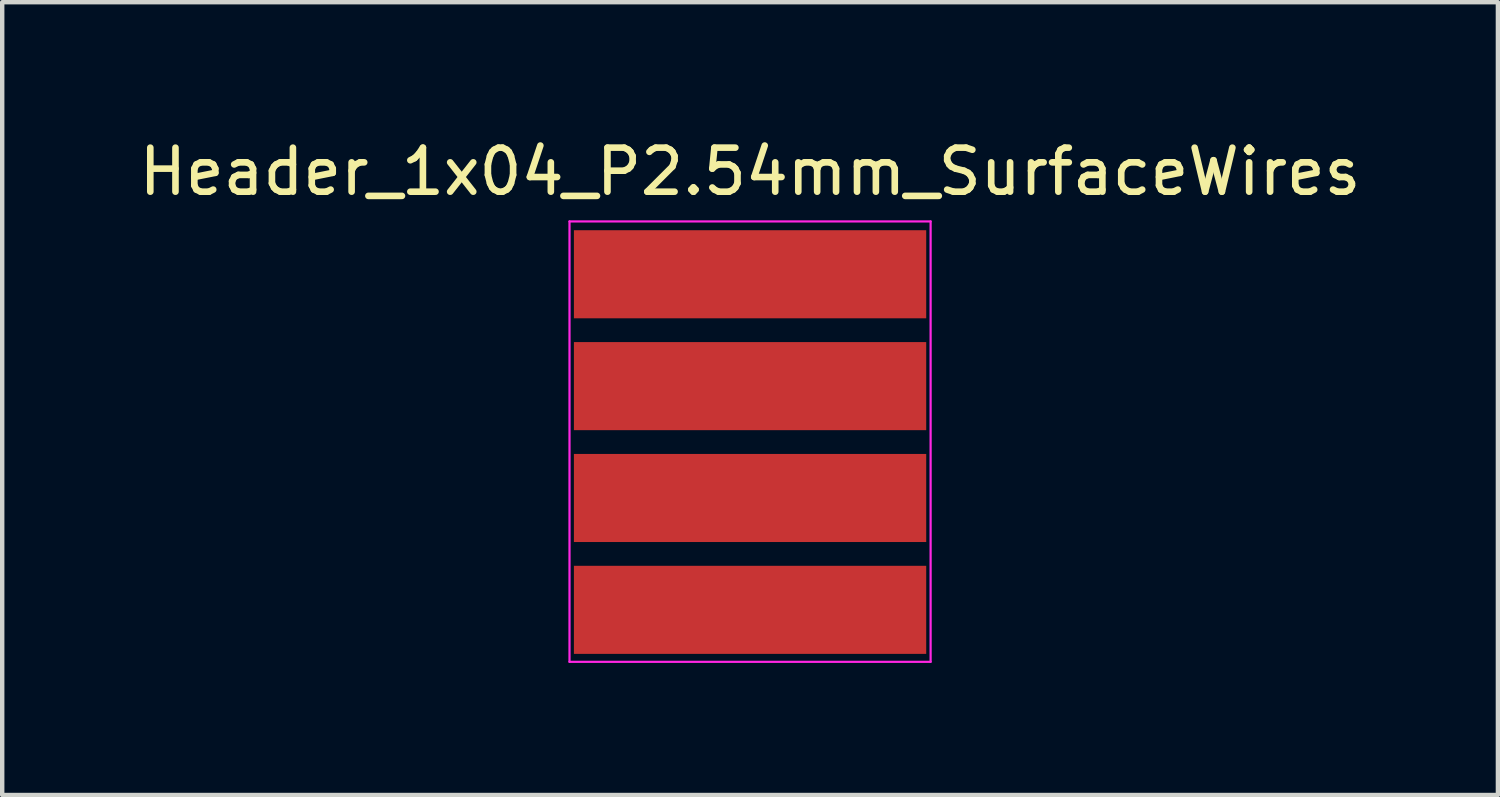
<source format=kicad_pcb>
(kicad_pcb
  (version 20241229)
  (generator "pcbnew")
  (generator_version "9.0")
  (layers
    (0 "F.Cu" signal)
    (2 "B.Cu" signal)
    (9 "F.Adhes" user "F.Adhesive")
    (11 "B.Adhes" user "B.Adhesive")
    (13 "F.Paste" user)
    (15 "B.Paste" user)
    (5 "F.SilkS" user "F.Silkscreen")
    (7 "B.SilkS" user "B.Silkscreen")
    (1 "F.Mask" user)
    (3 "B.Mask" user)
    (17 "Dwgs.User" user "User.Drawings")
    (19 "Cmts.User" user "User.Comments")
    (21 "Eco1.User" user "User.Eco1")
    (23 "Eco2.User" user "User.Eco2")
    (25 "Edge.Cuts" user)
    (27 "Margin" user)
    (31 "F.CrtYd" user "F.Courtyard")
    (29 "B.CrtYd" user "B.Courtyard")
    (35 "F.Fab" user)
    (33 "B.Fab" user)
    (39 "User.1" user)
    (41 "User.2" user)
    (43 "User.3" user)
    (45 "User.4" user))
  (footprint "Header_1x04_P2.54mm_SurfaceWires"
    (layer "F.Cu")
    (at 13.982 3.178)
    (property "Reference" "Header_1x04_P2.54mm_SurfaceWires" (at 0 -2.33 180) (layer "F.SilkS") (effects (font (size 1 1) (thickness 0.15))))
    (attr exclude_from_pos_files exclude_from_bom)
    (fp_line (start -4.1 -1.2) (end -4.1 8.8) (stroke (width 0.05) (type solid)) (layer "F.CrtYd"))
    (fp_line (start -4.1 8.8) (end 4.1 8.8) (stroke (width 0.05) (type solid)) (layer "F.CrtYd"))
    (fp_line (start 4.1 -1.2) (end -4.1 -1.2) (stroke (width 0.05) (type solid)) (layer "F.CrtYd"))
    (fp_line (start 4.1 8.8) (end 4.1 -1.2) (stroke (width 0.05) (type solid)) (layer "F.CrtYd"))
    (pad "1" smd rect (at 0 0) (size 8 2) (layers "F.Cu" "F.Mask" "F.Paste"))
    (pad "2" smd rect (at 0 2.54) (size 8 2) (layers "F.Cu" "F.Mask" "F.Paste"))
    (pad "3" smd rect (at 0 5.08) (size 8 2) (layers "F.Cu" "F.Mask" "F.Paste"))
    (pad "4" smd rect (at 0 7.62) (size 8 2) (layers "F.Cu" "F.Mask" "F.Paste")))
  (gr_rect
    (start -3 -3)
    (end 30.964 15.003)
    (stroke (width 0.1) (type default))
    (fill no)
    (layer "Edge.Cuts")))
</source>
